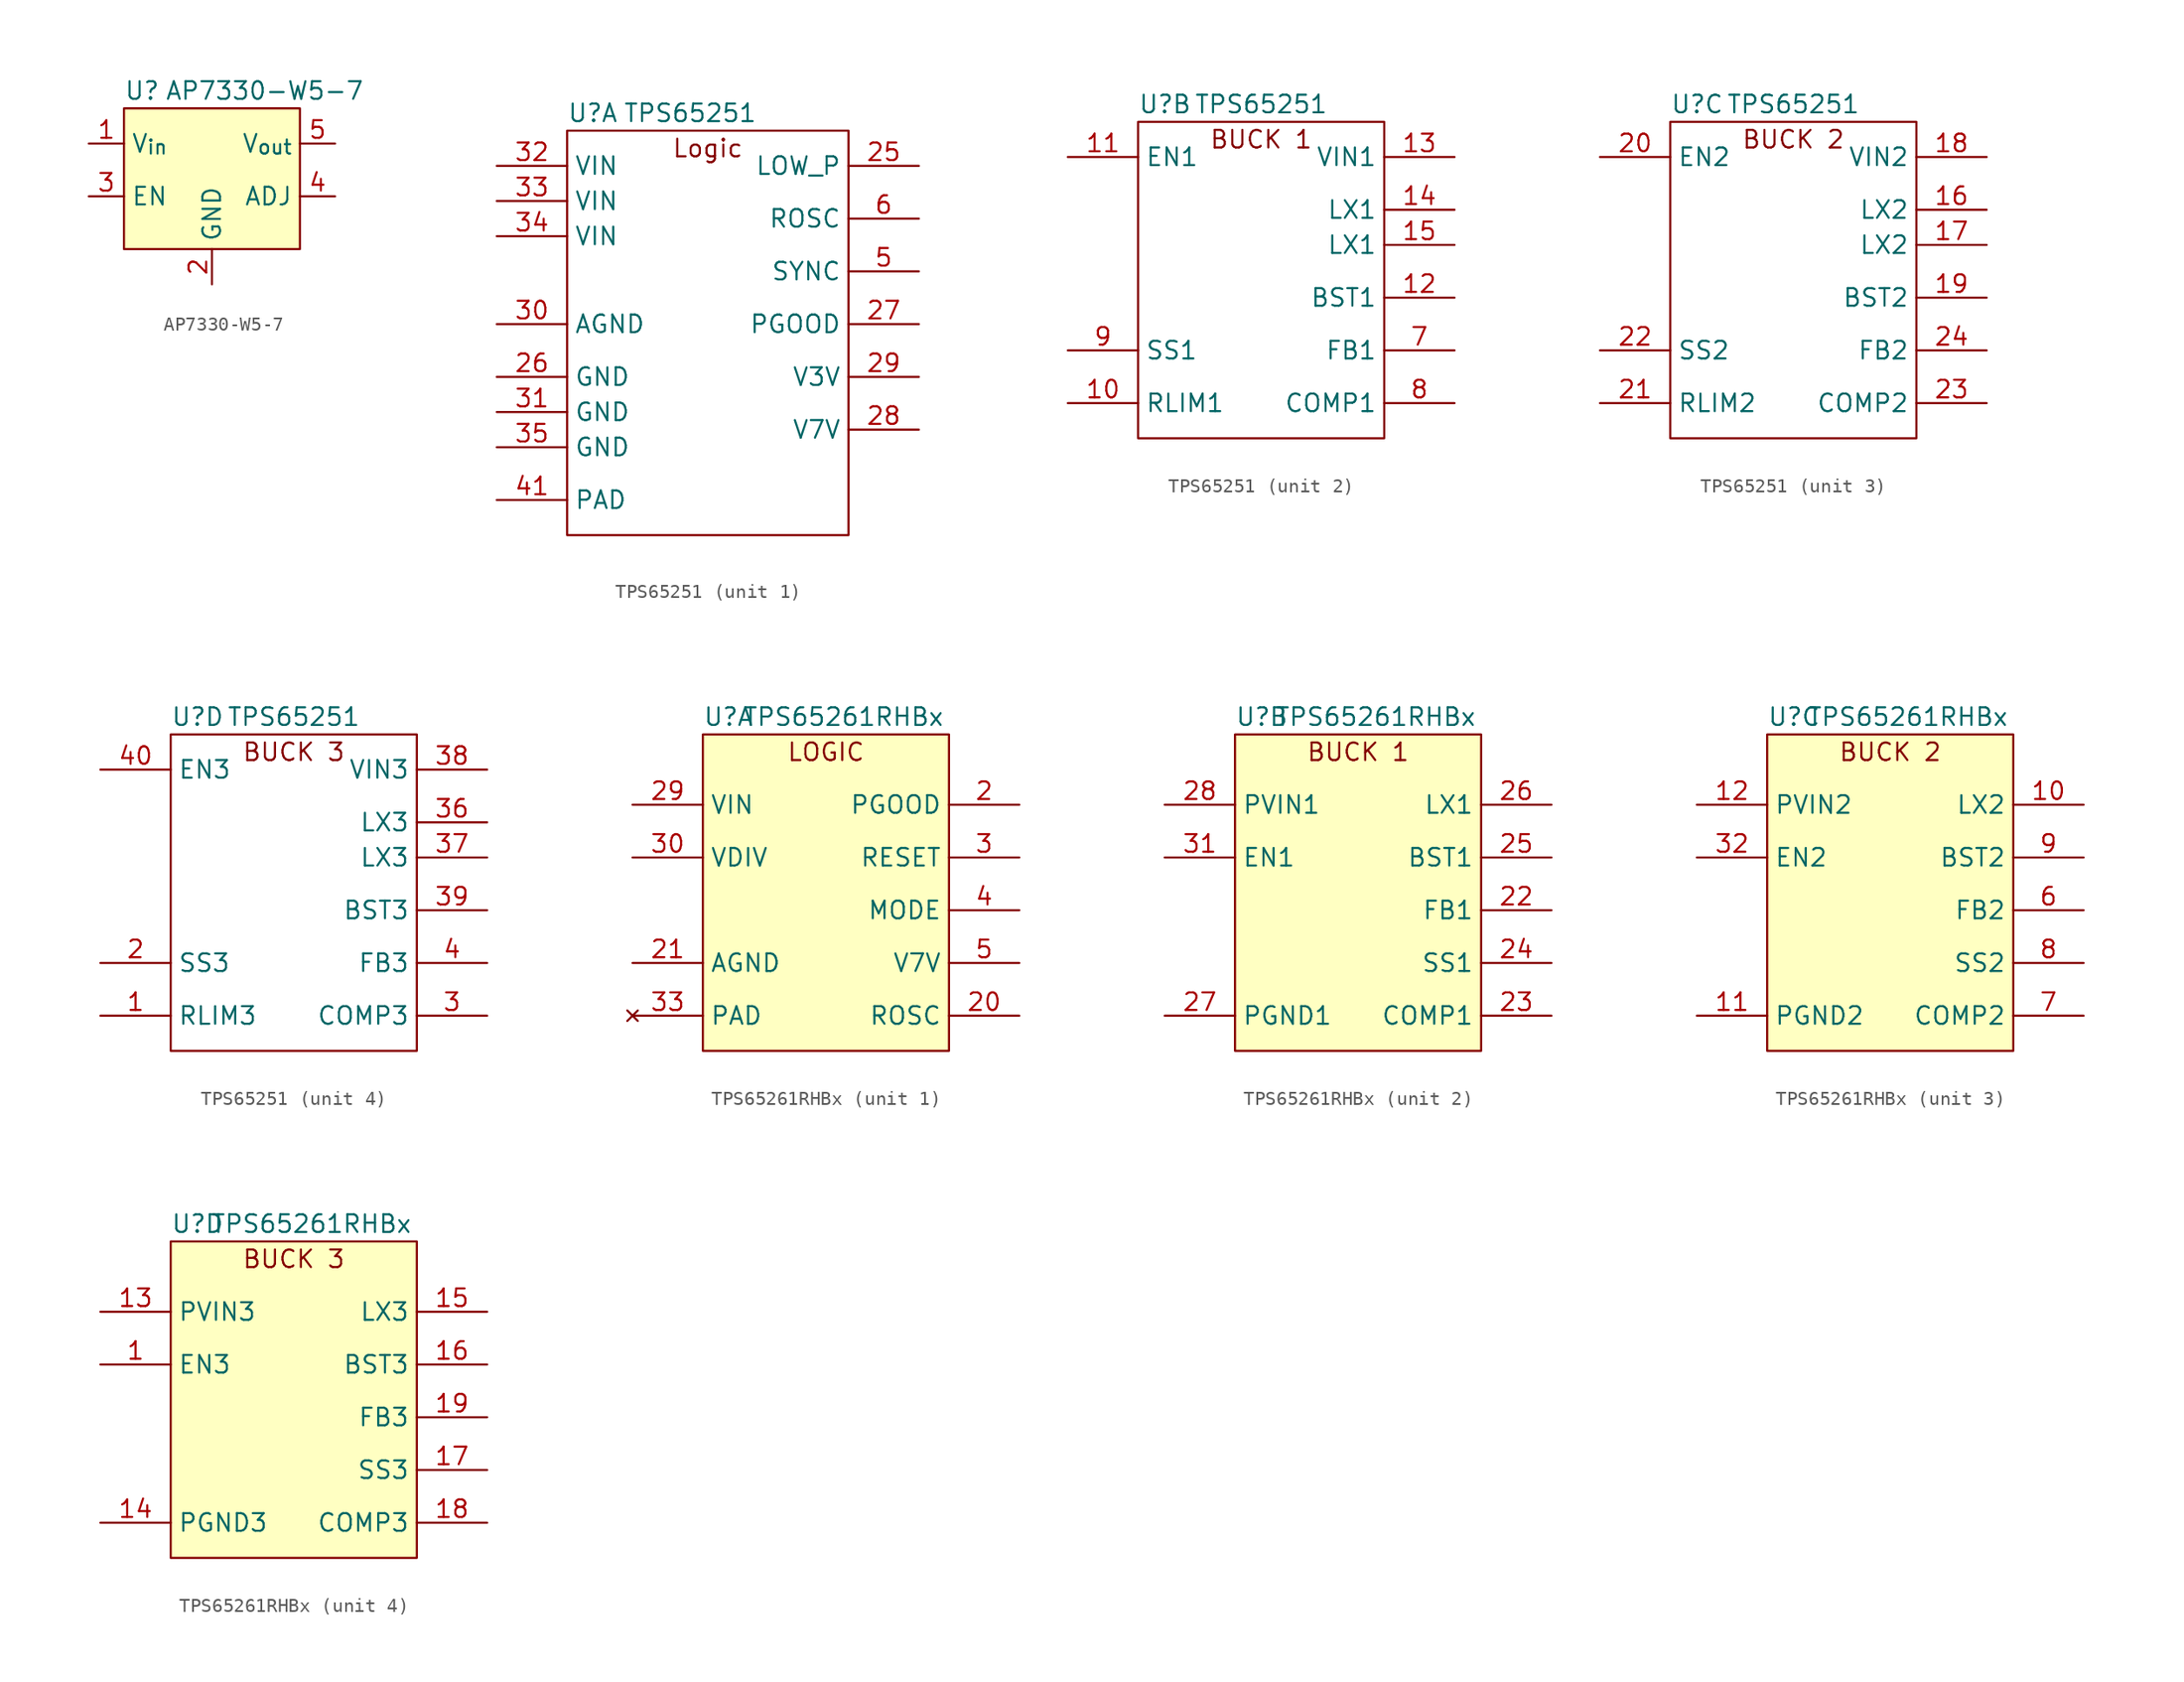
<source format=kicad_sym>
(kicad_symbol_lib
  (version 20220914)
  (generator kicad_symbol_editor)
  (symbol "AP7330-W5-7"
    (property "Reference" "U"
      (at 0 1.27 0)
      (effects (font (size 1.27 1.27)) (justify left)))
    (property "Value" "AP7330-W5-7"
      (at 10.16 1.27 0)
      (effects (font (size 1.27 1.27))))
    (symbol "AP7330-W5-7_0_1"
      (rectangle (start 0 0) (end 12.7 -10.16) (stroke (width 0) (type default)) (fill (type background))))
    (symbol "AP7330-W5-7_1_1"
      (pin power_in line (at -2.54 -2.54 0) (length 2.54) (name "V_{in}" (effects (font (size 1.27 1.27)))) (number "1" (effects (font (size 1.27 1.27)))))
      (pin power_in line (at 6.35 -12.7 90) (length 2.54) (name "GND" (effects (font (size 1.27 1.27)))) (number "2" (effects (font (size 1.27 1.27)))))
      (pin input line (at -2.54 -6.35 0) (length 2.54) (name "EN" (effects (font (size 1.27 1.27)))) (number "3" (effects (font (size 1.27 1.27)))))
      (pin input line (at 15.24 -6.35 180) (length 2.54) (name "ADJ" (effects (font (size 1.27 1.27)))) (number "4" (effects (font (size 1.27 1.27)))))
      (pin power_out line (at 15.24 -2.54 180) (length 2.54) (name "V_{out}" (effects (font (size 1.27 1.27)))) (number "5" (effects (font (size 1.27 1.27)))))))
  (symbol "TPS65251"
    (property "Reference" "U"
      (at 0 1.27 0)
      (effects (font (size 1.27 1.27)) (justify left)))
    (property "Value" "TPS65251"
      (at 8.89 1.27 0)
      (effects (font (size 1.27 1.27))))
    (property "ki_locked" ""
      (at 0 0 0)
      (effects (font (size 1.27 1.27))))
    (symbol "TPS65251_1_1"
      (rectangle (start 0 0) (end 20.32 -29.21) (stroke (width 0) (type default)) (fill (type none)))
      (text "Logic" (at 10.16 -1.27 0) (effects (font (size 1.27 1.27))))
      (pin input line (at 25.4 -2.54 180) (length 5.08) (name "LOW_P" (effects (font (size 1.27 1.27)))) (number "25" (effects (font (size 1.27 1.27)))))
      (pin power_in line (at -5.08 -17.78 0) (length 5.08) (name "GND" (effects (font (size 1.27 1.27)))) (number "26" (effects (font (size 1.27 1.27)))))
      (pin output line (at 25.4 -13.97 180) (length 5.08) (name "PGOOD" (effects (font (size 1.27 1.27)))) (number "27" (effects (font (size 1.27 1.27)))))
      (pin power_out line (at 25.4 -21.59 180) (length 5.08) (name "V7V" (effects (font (size 1.27 1.27)))) (number "28" (effects (font (size 1.27 1.27)))))
      (pin power_out line (at 25.4 -17.78 180) (length 5.08) (name "V3V" (effects (font (size 1.27 1.27)))) (number "29" (effects (font (size 1.27 1.27)))))
      (pin power_in line (at -5.08 -13.97 0) (length 5.08) (name "AGND" (effects (font (size 1.27 1.27)))) (number "30" (effects (font (size 1.27 1.27)))))
      (pin power_in line (at -5.08 -20.32 0) (length 5.08) (name "GND" (effects (font (size 1.27 1.27)))) (number "31" (effects (font (size 1.27 1.27)))))
      (pin power_in line (at -5.08 -2.54 0) (length 5.08) (name "VIN" (effects (font (size 1.27 1.27)))) (number "32" (effects (font (size 1.27 1.27)))))
      (pin power_in line (at -5.08 -5.08 0) (length 5.08) (name "VIN" (effects (font (size 1.27 1.27)))) (number "33" (effects (font (size 1.27 1.27)))))
      (pin power_in line (at -5.08 -7.62 0) (length 5.08) (name "VIN" (effects (font (size 1.27 1.27)))) (number "34" (effects (font (size 1.27 1.27)))))
      (pin power_in line (at -5.08 -22.86 0) (length 5.08) (name "GND" (effects (font (size 1.27 1.27)))) (number "35" (effects (font (size 1.27 1.27)))))
      (pin passive line (at -5.08 -26.67 0) (length 5.08) (name "PAD" (effects (font (size 1.27 1.27)))) (number "41" (effects (font (size 1.27 1.27)))))
      (pin input line (at 25.4 -10.16 180) (length 5.08) (name "SYNC" (effects (font (size 1.27 1.27)))) (number "5" (effects (font (size 1.27 1.27)))))
      (pin input line (at 25.4 -6.35 180) (length 5.08) (name "ROSC" (effects (font (size 1.27 1.27)))) (number "6" (effects (font (size 1.27 1.27))))))
    (symbol "TPS65251_2_1"
      (rectangle (start 0 0) (end 17.78 -22.86) (stroke (width 0) (type default)) (fill (type none)))
      (text "BUCK 1" (at 8.89 -1.27 0) (effects (font (size 1.27 1.27))))
      (pin input line (at -5.08 -20.32 0) (length 5.08) (name "RLIM1" (effects (font (size 1.27 1.27)))) (number "10" (effects (font (size 1.27 1.27)))))
      (pin input line (at -5.08 -2.54 0) (length 5.08) (name "EN1" (effects (font (size 1.27 1.27)))) (number "11" (effects (font (size 1.27 1.27)))))
      (pin input line (at 22.86 -12.7 180) (length 5.08) (name "BST1" (effects (font (size 1.27 1.27)))) (number "12" (effects (font (size 1.27 1.27)))))
      (pin power_in line (at 22.86 -2.54 180) (length 5.08) (name "VIN1" (effects (font (size 1.27 1.27)))) (number "13" (effects (font (size 1.27 1.27)))))
      (pin power_out line (at 22.86 -6.35 180) (length 5.08) (name "LX1" (effects (font (size 1.27 1.27)))) (number "14" (effects (font (size 1.27 1.27)))))
      (pin power_out line (at 22.86 -8.89 180) (length 5.08) (name "LX1" (effects (font (size 1.27 1.27)))) (number "15" (effects (font (size 1.27 1.27)))))
      (pin input line (at 22.86 -16.51 180) (length 5.08) (name "FB1" (effects (font (size 1.27 1.27)))) (number "7" (effects (font (size 1.27 1.27)))))
      (pin output line (at 22.86 -20.32 180) (length 5.08) (name "COMP1" (effects (font (size 1.27 1.27)))) (number "8" (effects (font (size 1.27 1.27)))))
      (pin input line (at -5.08 -16.51 0) (length 5.08) (name "SS1" (effects (font (size 1.27 1.27)))) (number "9" (effects (font (size 1.27 1.27))))))
    (symbol "TPS65251_3_1"
      (rectangle (start 0 0) (end 17.78 -22.86) (stroke (width 0) (type default)) (fill (type none)))
      (text "BUCK 2" (at 8.89 -1.27 0) (effects (font (size 1.27 1.27))))
      (pin power_out line (at 22.86 -6.35 180) (length 5.08) (name "LX2" (effects (font (size 1.27 1.27)))) (number "16" (effects (font (size 1.27 1.27)))))
      (pin power_out line (at 22.86 -8.89 180) (length 5.08) (name "LX2" (effects (font (size 1.27 1.27)))) (number "17" (effects (font (size 1.27 1.27)))))
      (pin power_in line (at 22.86 -2.54 180) (length 5.08) (name "VIN2" (effects (font (size 1.27 1.27)))) (number "18" (effects (font (size 1.27 1.27)))))
      (pin input line (at 22.86 -12.7 180) (length 5.08) (name "BST2" (effects (font (size 1.27 1.27)))) (number "19" (effects (font (size 1.27 1.27)))))
      (pin input line (at -5.08 -2.54 0) (length 5.08) (name "EN2" (effects (font (size 1.27 1.27)))) (number "20" (effects (font (size 1.27 1.27)))))
      (pin input line (at -5.08 -20.32 0) (length 5.08) (name "RLIM2" (effects (font (size 1.27 1.27)))) (number "21" (effects (font (size 1.27 1.27)))))
      (pin input line (at -5.08 -16.51 0) (length 5.08) (name "SS2" (effects (font (size 1.27 1.27)))) (number "22" (effects (font (size 1.27 1.27)))))
      (pin output line (at 22.86 -20.32 180) (length 5.08) (name "COMP2" (effects (font (size 1.27 1.27)))) (number "23" (effects (font (size 1.27 1.27)))))
      (pin input line (at 22.86 -16.51 180) (length 5.08) (name "FB2" (effects (font (size 1.27 1.27)))) (number "24" (effects (font (size 1.27 1.27))))))
    (symbol "TPS65251_4_1"
      (rectangle (start 0 0) (end 17.78 -22.86) (stroke (width 0) (type default)) (fill (type none)))
      (text "BUCK 3" (at 8.89 -1.27 0) (effects (font (size 1.27 1.27))))
      (pin input line (at -5.08 -20.32 0) (length 5.08) (name "RLIM3" (effects (font (size 1.27 1.27)))) (number "1" (effects (font (size 1.27 1.27)))))
      (pin input line (at -5.08 -16.51 0) (length 5.08) (name "SS3" (effects (font (size 1.27 1.27)))) (number "2" (effects (font (size 1.27 1.27)))))
      (pin output line (at 22.86 -20.32 180) (length 5.08) (name "COMP3" (effects (font (size 1.27 1.27)))) (number "3" (effects (font (size 1.27 1.27)))))
      (pin power_out line (at 22.86 -6.35 180) (length 5.08) (name "LX3" (effects (font (size 1.27 1.27)))) (number "36" (effects (font (size 1.27 1.27)))))
      (pin power_out line (at 22.86 -8.89 180) (length 5.08) (name "LX3" (effects (font (size 1.27 1.27)))) (number "37" (effects (font (size 1.27 1.27)))))
      (pin power_in line (at 22.86 -2.54 180) (length 5.08) (name "VIN3" (effects (font (size 1.27 1.27)))) (number "38" (effects (font (size 1.27 1.27)))))
      (pin input line (at 22.86 -12.7 180) (length 5.08) (name "BST3" (effects (font (size 1.27 1.27)))) (number "39" (effects (font (size 1.27 1.27)))))
      (pin input line (at 22.86 -16.51 180) (length 5.08) (name "FB3" (effects (font (size 1.27 1.27)))) (number "4" (effects (font (size 1.27 1.27)))))
      (pin input line (at -5.08 -2.54 0) (length 5.08) (name "EN3" (effects (font (size 1.27 1.27)))) (number "40" (effects (font (size 1.27 1.27)))))))
  (symbol "TPS65261RHBx"
    (property "Reference" "U"
      (at 0 1.27 0)
      (effects (font (size 1.27 1.27)) (justify left)))
    (property "Value" "TPS65261RHBx"
      (at 10.16 1.27 0)
      (effects (font (size 1.27 1.27))))
    (property "ki_locked" ""
      (at 0 0 0)
      (effects (font (size 1.27 1.27))))
    (symbol "TPS65261RHBx_1_1"
      (rectangle (start 0 0) (end 17.78 -22.86) (stroke (width 0) (type default)) (fill (type background)))
      (text "LOGIC" (at 8.89 -1.27 0) (effects (font (size 1.27 1.27))))
      (pin open_collector line (at 22.86 -5.08 180) (length 5.08) (name "PGOOD" (effects (font (size 1.27 1.27)))) (number "2" (effects (font (size 1.27 1.27)))))
      (pin input line (at 22.86 -20.32 180) (length 5.08) (name "ROSC" (effects (font (size 1.27 1.27)))) (number "20" (effects (font (size 1.27 1.27)))))
      (pin power_in line (at -5.08 -16.51 0) (length 5.08) (name "AGND" (effects (font (size 1.27 1.27)))) (number "21" (effects (font (size 1.27 1.27)))))
      (pin power_in line (at -5.08 -5.08 0) (length 5.08) (name "VIN" (effects (font (size 1.27 1.27)))) (number "29" (effects (font (size 1.27 1.27)))))
      (pin open_collector line (at 22.86 -8.89 180) (length 5.08) (name "RESET" (effects (font (size 1.27 1.27)))) (number "3" (effects (font (size 1.27 1.27)))))
      (pin input line (at -5.08 -8.89 0) (length 5.08) (name "VDIV" (effects (font (size 1.27 1.27)))) (number "30" (effects (font (size 1.27 1.27)))))
      (pin no_connect line (at -5.08 -20.32 0) (length 5.08) (name "PAD" (effects (font (size 1.27 1.27)))) (number "33" (effects (font (size 1.27 1.27)))))
      (pin input line (at 22.86 -12.7 180) (length 5.08) (name "MODE" (effects (font (size 1.27 1.27)))) (number "4" (effects (font (size 1.27 1.27)))))
      (pin power_out line (at 22.86 -16.51 180) (length 5.08) (name "V7V" (effects (font (size 1.27 1.27)))) (number "5" (effects (font (size 1.27 1.27))))))
    (symbol "TPS65261RHBx_2_1"
      (rectangle (start 0 0) (end 17.78 -22.86) (stroke (width 0) (type default)) (fill (type background)))
      (text "BUCK 1" (at 8.89 -1.27 0) (effects (font (size 1.27 1.27))))
      (pin input line (at 22.86 -12.7 180) (length 5.08) (name "FB1" (effects (font (size 1.27 1.27)))) (number "22" (effects (font (size 1.27 1.27)))))
      (pin output line (at 22.86 -20.32 180) (length 5.08) (name "COMP1" (effects (font (size 1.27 1.27)))) (number "23" (effects (font (size 1.27 1.27)))))
      (pin input line (at 22.86 -16.51 180) (length 5.08) (name "SS1" (effects (font (size 1.27 1.27)))) (number "24" (effects (font (size 1.27 1.27)))))
      (pin input line (at 22.86 -8.89 180) (length 5.08) (name "BST1" (effects (font (size 1.27 1.27)))) (number "25" (effects (font (size 1.27 1.27)))))
      (pin power_out line (at 22.86 -5.08 180) (length 5.08) (name "LX1" (effects (font (size 1.27 1.27)))) (number "26" (effects (font (size 1.27 1.27)))))
      (pin power_in line (at -5.08 -20.32 0) (length 5.08) (name "PGND1" (effects (font (size 1.27 1.27)))) (number "27" (effects (font (size 1.27 1.27)))))
      (pin power_in line (at -5.08 -5.08 0) (length 5.08) (name "PVIN1" (effects (font (size 1.27 1.27)))) (number "28" (effects (font (size 1.27 1.27)))))
      (pin input line (at -5.08 -8.89 0) (length 5.08) (name "EN1" (effects (font (size 1.27 1.27)))) (number "31" (effects (font (size 1.27 1.27))))))
    (symbol "TPS65261RHBx_3_1"
      (rectangle (start 0 0) (end 17.78 -22.86) (stroke (width 0) (type default)) (fill (type background)))
      (text "BUCK 2" (at 8.89 -1.27 0) (effects (font (size 1.27 1.27))))
      (pin power_out line (at 22.86 -5.08 180) (length 5.08) (name "LX2" (effects (font (size 1.27 1.27)))) (number "10" (effects (font (size 1.27 1.27)))))
      (pin power_in line (at -5.08 -20.32 0) (length 5.08) (name "PGND2" (effects (font (size 1.27 1.27)))) (number "11" (effects (font (size 1.27 1.27)))))
      (pin power_in line (at -5.08 -5.08 0) (length 5.08) (name "PVIN2" (effects (font (size 1.27 1.27)))) (number "12" (effects (font (size 1.27 1.27)))))
      (pin input line (at -5.08 -8.89 0) (length 5.08) (name "EN2" (effects (font (size 1.27 1.27)))) (number "32" (effects (font (size 1.27 1.27)))))
      (pin input line (at 22.86 -12.7 180) (length 5.08) (name "FB2" (effects (font (size 1.27 1.27)))) (number "6" (effects (font (size 1.27 1.27)))))
      (pin output line (at 22.86 -20.32 180) (length 5.08) (name "COMP2" (effects (font (size 1.27 1.27)))) (number "7" (effects (font (size 1.27 1.27)))))
      (pin input line (at 22.86 -16.51 180) (length 5.08) (name "SS2" (effects (font (size 1.27 1.27)))) (number "8" (effects (font (size 1.27 1.27)))))
      (pin input line (at 22.86 -8.89 180) (length 5.08) (name "BST2" (effects (font (size 1.27 1.27)))) (number "9" (effects (font (size 1.27 1.27))))))
    (symbol "TPS65261RHBx_4_1"
      (rectangle (start 0 0) (end 17.78 -22.86) (stroke (width 0) (type default)) (fill (type background)))
      (text "BUCK 3" (at 8.89 -1.27 0) (effects (font (size 1.27 1.27))))
      (pin input line (at -5.08 -8.89 0) (length 5.08) (name "EN3" (effects (font (size 1.27 1.27)))) (number "1" (effects (font (size 1.27 1.27)))))
      (pin power_in line (at -5.08 -5.08 0) (length 5.08) (name "PVIN3" (effects (font (size 1.27 1.27)))) (number "13" (effects (font (size 1.27 1.27)))))
      (pin power_in line (at -5.08 -20.32 0) (length 5.08) (name "PGND3" (effects (font (size 1.27 1.27)))) (number "14" (effects (font (size 1.27 1.27)))))
      (pin power_out line (at 22.86 -5.08 180) (length 5.08) (name "LX3" (effects (font (size 1.27 1.27)))) (number "15" (effects (font (size 1.27 1.27)))))
      (pin input line (at 22.86 -8.89 180) (length 5.08) (name "BST3" (effects (font (size 1.27 1.27)))) (number "16" (effects (font (size 1.27 1.27)))))
      (pin input line (at 22.86 -16.51 180) (length 5.08) (name "SS3" (effects (font (size 1.27 1.27)))) (number "17" (effects (font (size 1.27 1.27)))))
      (pin output line (at 22.86 -20.32 180) (length 5.08) (name "COMP3" (effects (font (size 1.27 1.27)))) (number "18" (effects (font (size 1.27 1.27)))))
      (pin input line (at 22.86 -12.7 180) (length 5.08) (name "FB3" (effects (font (size 1.27 1.27)))) (number "19" (effects (font (size 1.27 1.27))))))))
</source>
